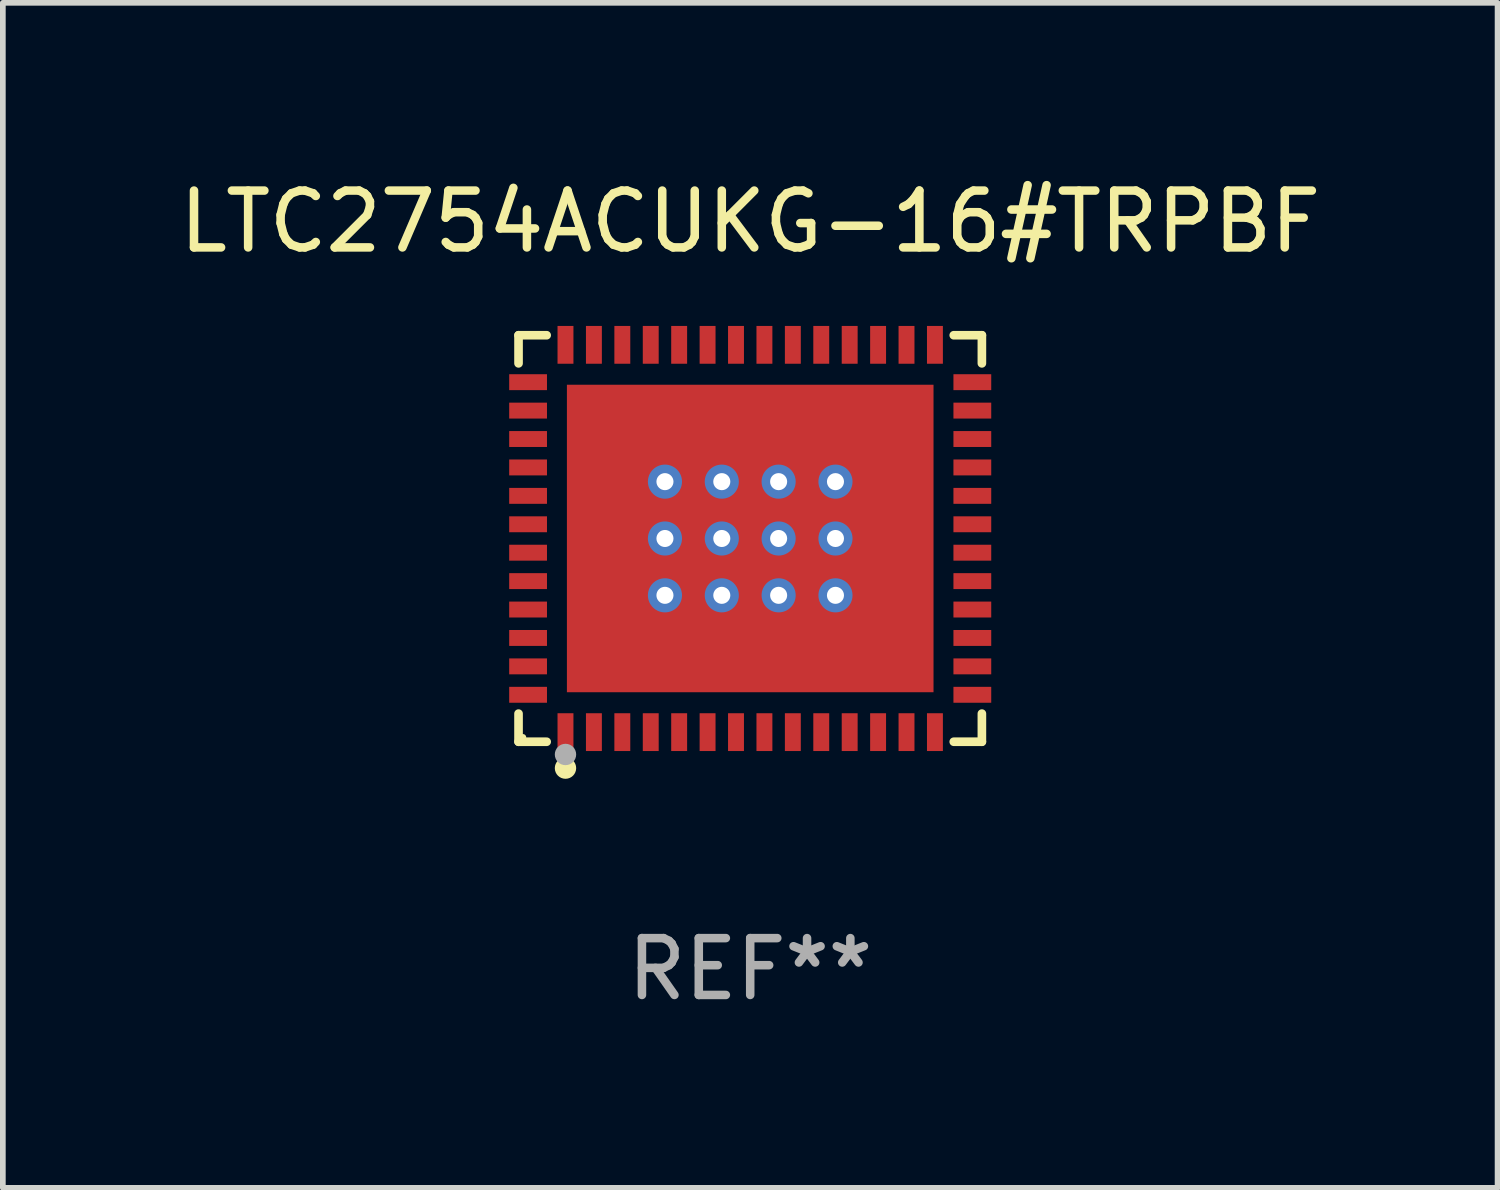
<source format=kicad_pcb>
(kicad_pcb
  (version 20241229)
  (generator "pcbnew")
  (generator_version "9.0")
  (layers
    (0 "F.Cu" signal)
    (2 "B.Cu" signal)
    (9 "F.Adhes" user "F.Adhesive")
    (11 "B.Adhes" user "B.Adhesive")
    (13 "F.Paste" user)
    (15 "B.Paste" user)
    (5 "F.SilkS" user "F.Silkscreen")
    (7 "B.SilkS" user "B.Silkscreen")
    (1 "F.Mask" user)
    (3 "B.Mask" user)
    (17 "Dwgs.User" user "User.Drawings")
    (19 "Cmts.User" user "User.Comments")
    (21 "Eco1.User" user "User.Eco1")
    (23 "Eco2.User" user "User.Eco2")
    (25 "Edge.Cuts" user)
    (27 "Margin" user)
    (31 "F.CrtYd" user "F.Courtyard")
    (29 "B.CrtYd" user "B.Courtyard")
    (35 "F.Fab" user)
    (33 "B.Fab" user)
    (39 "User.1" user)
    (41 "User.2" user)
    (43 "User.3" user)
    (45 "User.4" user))
  (footprint "LTC2754ACUKG-16#TRPBF"
    (layer "F.Cu")
    (at 10.149 6.424)
    (property "Reference" "LTC2754ACUKG-16#TRPBF" (at 0 -5.576 0) (layer "F.SilkS") (effects (font (size 1 1) (thickness 0.15))))
    (attr through_hole)
    (fp_line (start -4.076 -3.576) (end -3.581 -3.576) (stroke (width 0.152) (type solid)) (layer "F.SilkS"))
    (fp_line (start -4.076 -3.081) (end -4.076 -3.576) (stroke (width 0.152) (type solid)) (layer "F.SilkS"))
    (fp_line (start -4.076 3.081) (end -4.076 3.576) (stroke (width 0.152) (type solid)) (layer "F.SilkS"))
    (fp_line (start -4.076 3.576) (end -3.581 3.576) (stroke (width 0.152) (type solid)) (layer "F.SilkS"))
    (fp_line (start 4.076 -3.576) (end 3.581 -3.576) (stroke (width 0.152) (type solid)) (layer "F.SilkS"))
    (fp_line (start 4.076 -3.081) (end 4.076 -3.576) (stroke (width 0.152) (type solid)) (layer "F.SilkS"))
    (fp_line (start 4.076 3.081) (end 4.076 3.576) (stroke (width 0.152) (type solid)) (layer "F.SilkS"))
    (fp_line (start 4.076 3.576) (end 3.581 3.576) (stroke (width 0.152) (type solid)) (layer "F.SilkS"))
    (fp_circle (center -4 3.5) (end -3.97 3.5) (stroke (width 0.06) (type solid)) (fill no) (layer "F.SilkS"))
    (fp_circle (center -3.25 4.04) (end -3.156 4.04) (stroke (width 0.188) (type solid)) (fill no) (layer "F.SilkS"))
    (fp_circle (center -3.25 3.8) (end -3.156 3.8) (stroke (width 0.188) (type solid)) (fill no) (layer "F.Fab"))
    (fp_text user "REF**" (at 0 7.576 0) (layer "F.Fab") (effects (font (size 1 1) (thickness 0.15))))
    (pad "1" smd rect (at -3.25 3.407) (size 0.28 0.665) (layers "F.Cu" "F.Mask" "F.Paste"))
    (pad "2" smd rect (at -2.75 3.407) (size 0.28 0.665) (layers "F.Cu" "F.Mask" "F.Paste"))
    (pad "3" smd rect (at -2.25 3.407) (size 0.28 0.665) (layers "F.Cu" "F.Mask" "F.Paste"))
    (pad "4" smd rect (at -1.75 3.407) (size 0.28 0.665) (layers "F.Cu" "F.Mask" "F.Paste"))
    (pad "5" smd rect (at -1.25 3.407) (size 0.28 0.665) (layers "F.Cu" "F.Mask" "F.Paste"))
    (pad "6" smd rect (at -0.75 3.407) (size 0.28 0.665) (layers "F.Cu" "F.Mask" "F.Paste"))
    (pad "7" smd rect (at -0.25 3.407) (size 0.28 0.665) (layers "F.Cu" "F.Mask" "F.Paste"))
    (pad "8" smd rect (at 0.25 3.407) (size 0.28 0.665) (layers "F.Cu" "F.Mask" "F.Paste"))
    (pad "9" smd rect (at 0.75 3.407) (size 0.28 0.665) (layers "F.Cu" "F.Mask" "F.Paste"))
    (pad "10" smd rect (at 1.25 3.407) (size 0.28 0.665) (layers "F.Cu" "F.Mask" "F.Paste"))
    (pad "11" smd rect (at 1.75 3.407) (size 0.28 0.665) (layers "F.Cu" "F.Mask" "F.Paste"))
    (pad "12" smd rect (at 2.25 3.407) (size 0.28 0.665) (layers "F.Cu" "F.Mask" "F.Paste"))
    (pad "13" smd rect (at 2.75 3.407) (size 0.28 0.665) (layers "F.Cu" "F.Mask" "F.Paste"))
    (pad "14" smd rect (at 3.25 3.407) (size 0.28 0.665) (layers "F.Cu" "F.Mask" "F.Paste"))
    (pad "15" smd rect (at 3.908 2.75) (size 0.665 0.28) (layers "F.Cu" "F.Mask" "F.Paste"))
    (pad "16" smd rect (at 3.908 2.25) (size 0.665 0.28) (layers "F.Cu" "F.Mask" "F.Paste"))
    (pad "17" smd rect (at 3.908 1.75) (size 0.665 0.28) (layers "F.Cu" "F.Mask" "F.Paste"))
    (pad "18" smd rect (at 3.908 1.25) (size 0.665 0.28) (layers "F.Cu" "F.Mask" "F.Paste"))
    (pad "19" smd rect (at 3.908 0.75) (size 0.665 0.28) (layers "F.Cu" "F.Mask" "F.Paste"))
    (pad "20" smd rect (at 3.908 0.25) (size 0.665 0.28) (layers "F.Cu" "F.Mask" "F.Paste"))
    (pad "21" smd rect (at 3.908 -0.25) (size 0.665 0.28) (layers "F.Cu" "F.Mask" "F.Paste"))
    (pad "22" smd rect (at 3.908 -0.75) (size 0.665 0.28) (layers "F.Cu" "F.Mask" "F.Paste"))
    (pad "23" smd rect (at 3.908 -1.25) (size 0.665 0.28) (layers "F.Cu" "F.Mask" "F.Paste"))
    (pad "24" smd rect (at 3.908 -1.75) (size 0.665 0.28) (layers "F.Cu" "F.Mask" "F.Paste"))
    (pad "25" smd rect (at 3.908 -2.25) (size 0.665 0.28) (layers "F.Cu" "F.Mask" "F.Paste"))
    (pad "26" smd rect (at 3.908 -2.75) (size 0.665 0.28) (layers "F.Cu" "F.Mask" "F.Paste"))
    (pad "27" smd rect (at 3.25 -3.407) (size 0.28 0.665) (layers "F.Cu" "F.Mask" "F.Paste"))
    (pad "28" smd rect (at 2.75 -3.407) (size 0.28 0.665) (layers "F.Cu" "F.Mask" "F.Paste"))
    (pad "29" smd rect (at 2.25 -3.407) (size 0.28 0.665) (layers "F.Cu" "F.Mask" "F.Paste"))
    (pad "30" smd rect (at 1.75 -3.407) (size 0.28 0.665) (layers "F.Cu" "F.Mask" "F.Paste"))
    (pad "31" smd rect (at 1.25 -3.407) (size 0.28 0.665) (layers "F.Cu" "F.Mask" "F.Paste"))
    (pad "32" smd rect (at 0.75 -3.407) (size 0.28 0.665) (layers "F.Cu" "F.Mask" "F.Paste"))
    (pad "33" smd rect (at 0.25 -3.407) (size 0.28 0.665) (layers "F.Cu" "F.Mask" "F.Paste"))
    (pad "34" smd rect (at -0.25 -3.407) (size 0.28 0.665) (layers "F.Cu" "F.Mask" "F.Paste"))
    (pad "35" smd rect (at -0.75 -3.407) (size 0.28 0.665) (layers "F.Cu" "F.Mask" "F.Paste"))
    (pad "36" smd rect (at -1.25 -3.407) (size 0.28 0.665) (layers "F.Cu" "F.Mask" "F.Paste"))
    (pad "37" smd rect (at -1.75 -3.407) (size 0.28 0.665) (layers "F.Cu" "F.Mask" "F.Paste"))
    (pad "38" smd rect (at -2.25 -3.407) (size 0.28 0.665) (layers "F.Cu" "F.Mask" "F.Paste"))
    (pad "39" smd rect (at -2.75 -3.407) (size 0.28 0.665) (layers "F.Cu" "F.Mask" "F.Paste"))
    (pad "40" smd rect (at -3.25 -3.407) (size 0.28 0.665) (layers "F.Cu" "F.Mask" "F.Paste"))
    (pad "41" smd rect (at -3.908 -2.75) (size 0.665 0.28) (layers "F.Cu" "F.Mask" "F.Paste"))
    (pad "42" smd rect (at -3.908 -2.25) (size 0.665 0.28) (layers "F.Cu" "F.Mask" "F.Paste"))
    (pad "43" smd rect (at -3.908 -1.75) (size 0.665 0.28) (layers "F.Cu" "F.Mask" "F.Paste"))
    (pad "44" smd rect (at -3.908 -1.25) (size 0.665 0.28) (layers "F.Cu" "F.Mask" "F.Paste"))
    (pad "45" smd rect (at -3.908 -0.75) (size 0.665 0.28) (layers "F.Cu" "F.Mask" "F.Paste"))
    (pad "46" smd rect (at -3.908 -0.25) (size 0.665 0.28) (layers "F.Cu" "F.Mask" "F.Paste"))
    (pad "47" smd rect (at -3.908 0.25) (size 0.665 0.28) (layers "F.Cu" "F.Mask" "F.Paste"))
    (pad "48" smd rect (at -3.908 0.75) (size 0.665 0.28) (layers "F.Cu" "F.Mask" "F.Paste"))
    (pad "49" smd rect (at -3.908 1.25) (size 0.665 0.28) (layers "F.Cu" "F.Mask" "F.Paste"))
    (pad "50" smd rect (at -3.908 1.75) (size 0.665 0.28) (layers "F.Cu" "F.Mask" "F.Paste"))
    (pad "51" smd rect (at -3.908 2.25) (size 0.665 0.28) (layers "F.Cu" "F.Mask" "F.Paste"))
    (pad "52" smd rect (at -3.908 2.75) (size 0.665 0.28) (layers "F.Cu" "F.Mask" "F.Paste"))
    (pad "53" thru_hole circle (at -1.5 -1) (size 0.6 0.6) (drill 0.3) (layers "*.Cu" "*.Mask"))
    (pad "53" thru_hole circle (at -1.5 0) (size 0.6 0.6) (drill 0.3) (layers "*.Cu" "*.Mask"))
    (pad "53" thru_hole circle (at -1.5 1) (size 0.6 0.6) (drill 0.3) (layers "*.Cu" "*.Mask"))
    (pad "53" thru_hole circle (at -0.5 -1) (size 0.6 0.6) (drill 0.3) (layers "*.Cu" "*.Mask"))
    (pad "53" thru_hole circle (at -0.5 0) (size 0.6 0.6) (drill 0.3) (layers "*.Cu" "*.Mask"))
    (pad "53" thru_hole circle (at -0.5 1) (size 0.6 0.6) (drill 0.3) (layers "*.Cu" "*.Mask"))
    (pad "53" smd rect (at 0 0) (size 6.45 5.41) (layers "F.Cu" "F.Mask" "F.Paste"))
    (pad "53" thru_hole circle (at 0.5 -1) (size 0.6 0.6) (drill 0.3) (layers "*.Cu" "*.Mask"))
    (pad "53" thru_hole circle (at 0.5 0) (size 0.6 0.6) (drill 0.3) (layers "*.Cu" "*.Mask"))
    (pad "53" thru_hole circle (at 0.5 1) (size 0.6 0.6) (drill 0.3) (layers "*.Cu" "*.Mask"))
    (pad "53" thru_hole circle (at 1.5 -1) (size 0.6 0.6) (drill 0.3) (layers "*.Cu" "*.Mask"))
    (pad "53" thru_hole circle (at 1.5 0) (size 0.6 0.6) (drill 0.3) (layers "*.Cu" "*.Mask"))
    (pad "53" thru_hole circle (at 1.5 1) (size 0.6 0.6) (drill 0.3) (layers "*.Cu" "*.Mask")))
  (gr_rect
    (start -3 -3)
    (end 23.298 17.849)
    (stroke (width 0.1) (type default))
    (fill no)
    (layer "Edge.Cuts")))
</source>
